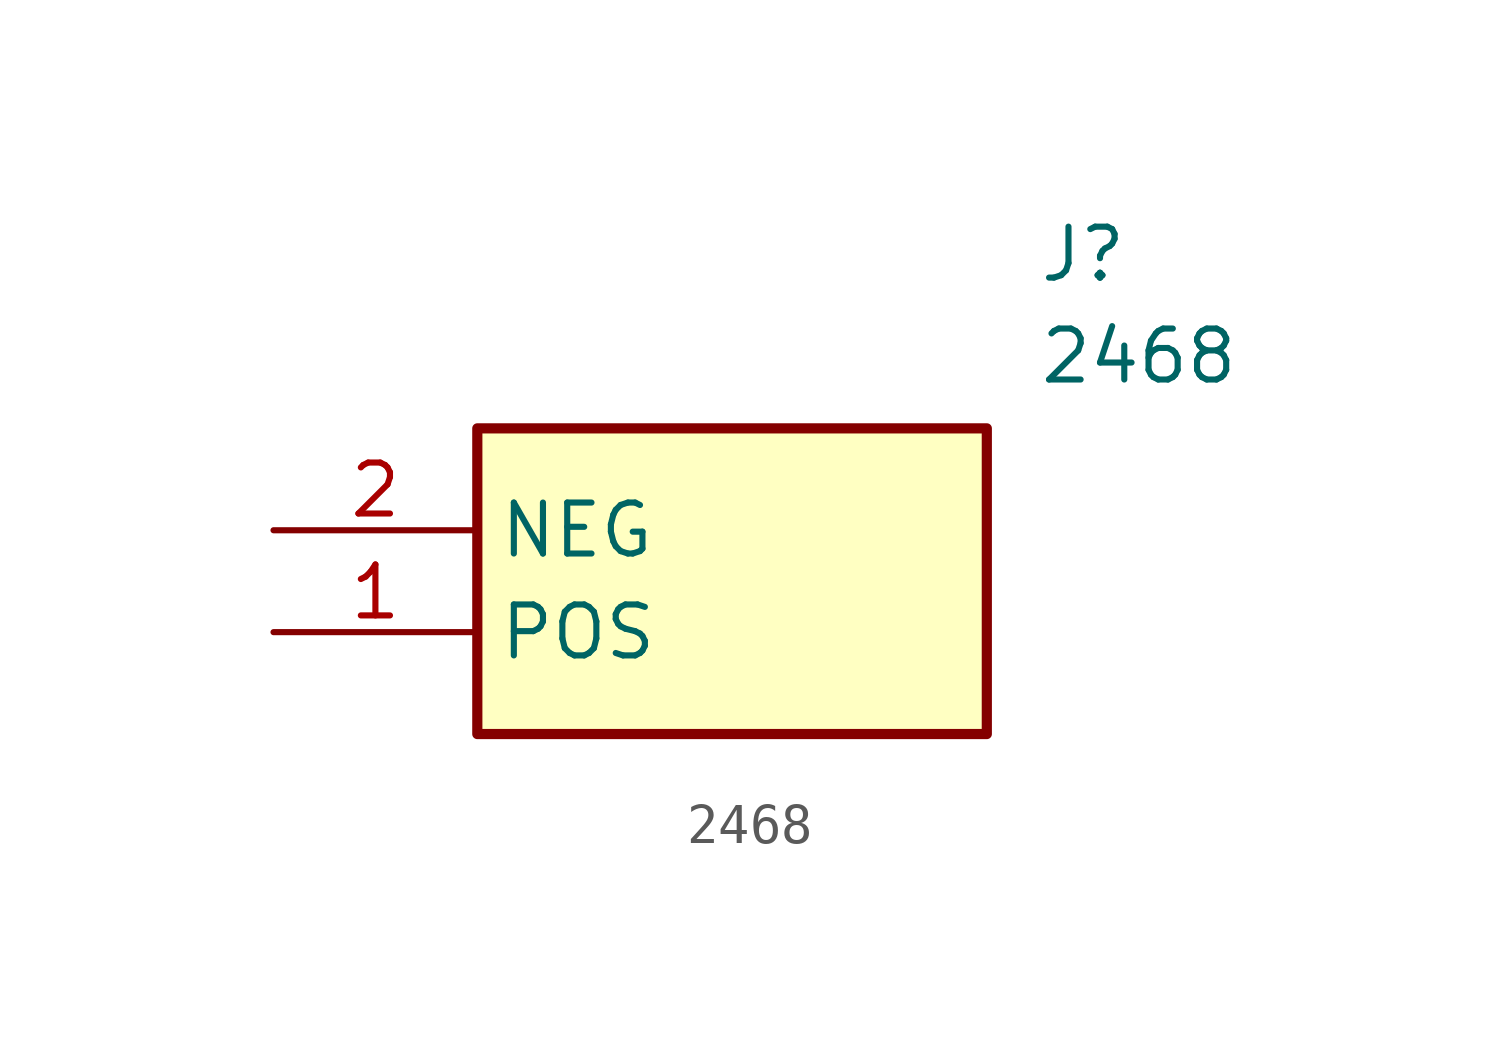
<source format=kicad_sym>
(kicad_symbol_lib
  (version 20211014)
  (generator SamacSys_ECAD_Model)
  (symbol "2468"
    (property "Reference" "J"
      (at 19.05 7.62 0)
      (effects (font (size 1.27 1.27)) (justify left top)))
    (property "Value" "2468"
      (at 19.05 5.08 0)
      (effects (font (size 1.27 1.27)) (justify left top)))
    (rectangle
      (start 5.08 2.54)
      (end 17.78 -5.08)
      (stroke (width 0.254) (type default))
      (fill (type background)))
    (pin passive line
      (at 0 -2.54 0)
      (length 5.08)
      (name "POS" (effects (font (size 1.27 1.27))))
      (number "1" (effects (font (size 1.27 1.27)))))
    (pin passive line
      (at 0 0 0)
      (length 5.08)
      (name "NEG" (effects (font (size 1.27 1.27))))
      (number "2" (effects (font (size 1.27 1.27)))))))
</source>
